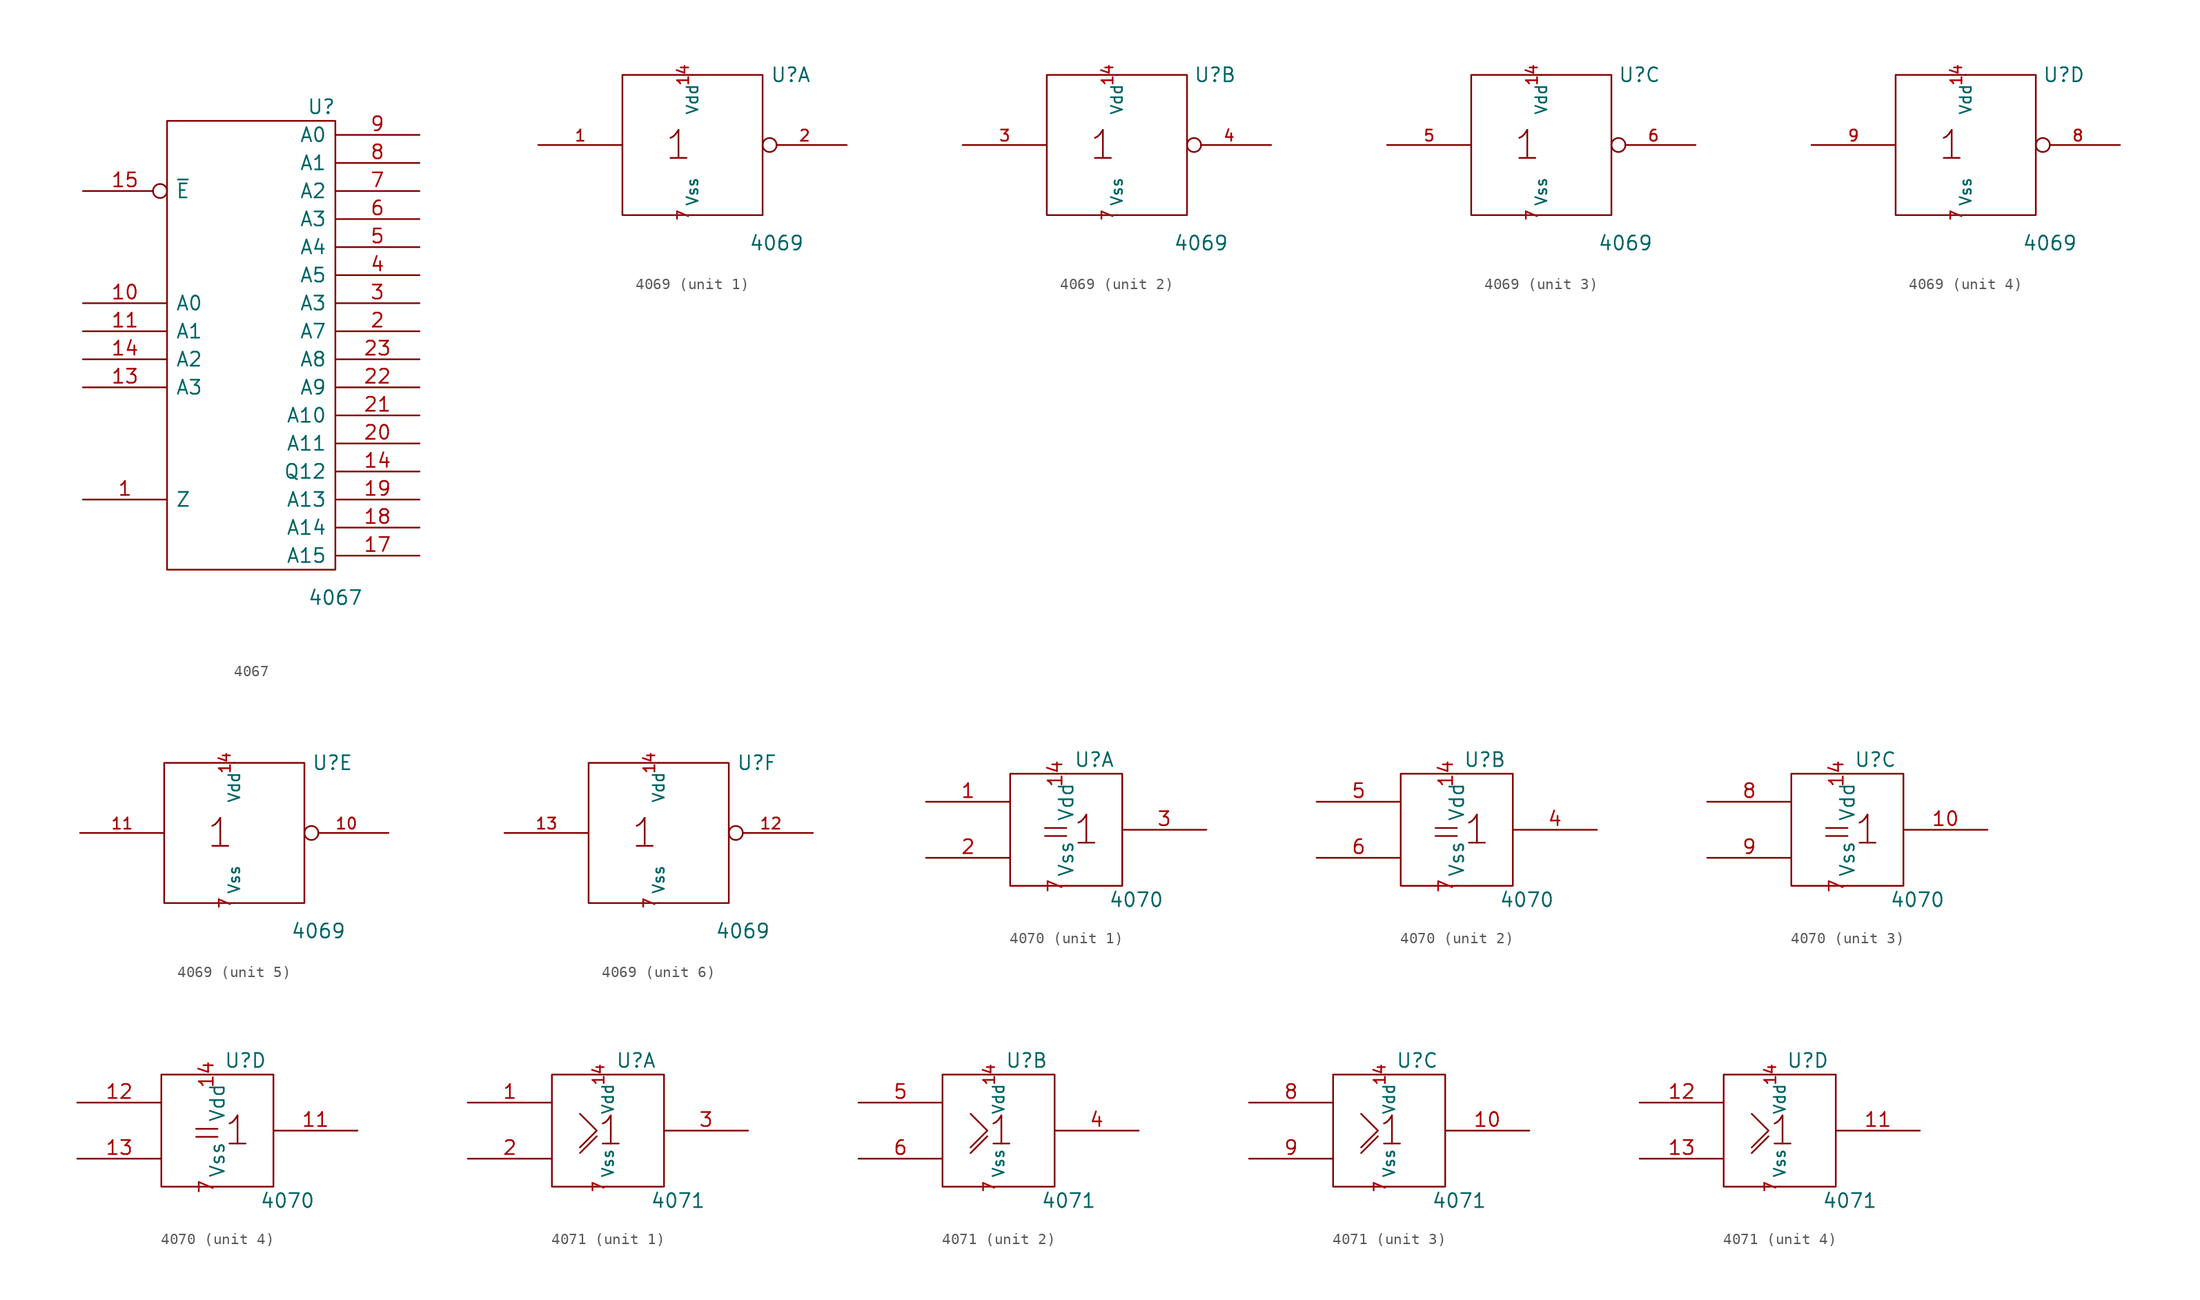
<source format=kicad_sym>
(kicad_symbol_lib
  (version 20201005)
  (generator kicad_symbol_editor)
  (symbol "4xxx_IEEE:4067"
    (pin_names
      (offset 0.762))
    (property "Reference" "U"
      (at 6.35 21.59 0)
      (effects (font (size 1.27 1.27))))
    (property "Value" "4067"
      (at 7.62 -22.86 0)
      (effects (font (size 1.27 1.27))))
    (symbol "4067_0_1"
      (rectangle (start 7.62 20.32) (end -7.62 -20.32) (stroke (width 0)) (fill (type none))))
    (symbol "4067_1_1"
      (pin input line (at -15.24 -13.97 0) (length 7.62) (name "Z" (effects (font (size 1.27 1.27)))) (number "1" (effects (font (size 1.27 1.27)))))
      (pin input line (at -15.24 3.81 0) (length 7.62) (name "A0" (effects (font (size 1.27 1.27)))) (number "10" (effects (font (size 1.27 1.27)))))
      (pin input line (at -15.24 1.27 0) (length 7.62) (name "A1" (effects (font (size 1.27 1.27)))) (number "11" (effects (font (size 1.27 1.27)))))
      (pin power_in line (at 0 -20.32 90) (length 0) hide (name "Vss" (effects (font (size 1.27 1.27)))) (number "12" (effects (font (size 1.27 1.27)))))
      (pin input line (at -15.24 -3.81 0) (length 7.62) (name "A3" (effects (font (size 1.27 1.27)))) (number "13" (effects (font (size 1.27 1.27)))))
      (pin input line (at -15.24 -1.27 0) (length 7.62) (name "A2" (effects (font (size 1.27 1.27)))) (number "14" (effects (font (size 1.27 1.27)))))
      (pin output line (at 15.24 -11.43 180) (length 7.62) (name "Q12" (effects (font (size 1.27 1.27)))) (number "14" (effects (font (size 1.27 1.27)))))
      (pin input inverted (at -15.24 13.97 0) (length 7.62) (name "~E" (effects (font (size 1.27 1.27)))) (number "15" (effects (font (size 1.27 1.27)))))
      (pin output line (at 15.24 -19.05 180) (length 7.62) (name "A15" (effects (font (size 1.27 1.27)))) (number "17" (effects (font (size 1.27 1.27)))))
      (pin output line (at 15.24 -16.51 180) (length 7.62) (name "A14" (effects (font (size 1.27 1.27)))) (number "18" (effects (font (size 1.27 1.27)))))
      (pin output line (at 15.24 -13.97 180) (length 7.62) (name "A13" (effects (font (size 1.27 1.27)))) (number "19" (effects (font (size 1.27 1.27)))))
      (pin output line (at 15.24 1.27 180) (length 7.62) (name "A7" (effects (font (size 1.27 1.27)))) (number "2" (effects (font (size 1.27 1.27)))))
      (pin output line (at 15.24 -8.89 180) (length 7.62) (name "A11" (effects (font (size 1.27 1.27)))) (number "20" (effects (font (size 1.27 1.27)))))
      (pin output line (at 15.24 -6.35 180) (length 7.62) (name "A10" (effects (font (size 1.27 1.27)))) (number "21" (effects (font (size 1.27 1.27)))))
      (pin output line (at 15.24 -3.81 180) (length 7.62) (name "A9" (effects (font (size 1.27 1.27)))) (number "22" (effects (font (size 1.27 1.27)))))
      (pin output line (at 15.24 -1.27 180) (length 7.62) (name "A8" (effects (font (size 1.27 1.27)))) (number "23" (effects (font (size 1.27 1.27)))))
      (pin power_in line (at 0 20.32 270) (length 0) hide (name "Vdd" (effects (font (size 1.27 1.27)))) (number "24" (effects (font (size 1.27 1.27)))))
      (pin output line (at 15.24 3.81 180) (length 7.62) (name "A3" (effects (font (size 1.27 1.27)))) (number "3" (effects (font (size 1.27 1.27)))))
      (pin output line (at 15.24 6.35 180) (length 7.62) (name "A5" (effects (font (size 1.27 1.27)))) (number "4" (effects (font (size 1.27 1.27)))))
      (pin output line (at 15.24 8.89 180) (length 7.62) (name "A4" (effects (font (size 1.27 1.27)))) (number "5" (effects (font (size 1.27 1.27)))))
      (pin output line (at 15.24 11.43 180) (length 7.62) (name "A3" (effects (font (size 1.27 1.27)))) (number "6" (effects (font (size 1.27 1.27)))))
      (pin output line (at 15.24 13.97 180) (length 7.62) (name "A2" (effects (font (size 1.27 1.27)))) (number "7" (effects (font (size 1.27 1.27)))))
      (pin output line (at 15.24 16.51 180) (length 7.62) (name "A1" (effects (font (size 1.27 1.27)))) (number "8" (effects (font (size 1.27 1.27)))))
      (pin output line (at 15.24 19.05 180) (length 7.62) (name "A0" (effects (font (size 1.27 1.27)))) (number "9" (effects (font (size 1.27 1.27)))))))
  (symbol "4xxx_IEEE:4069"
    (pin_names
      (offset 0.762))
    (property "Reference" "U"
      (at 8.89 6.35 0)
      (effects (font (size 1.27 1.27))))
    (property "Value" "4069"
      (at 7.62 -8.89 0)
      (effects (font (size 1.27 1.27))))
    (symbol "4069_0_0"
      (text "1" (at -1.27 0 0) (effects (font (size 2.54 2.54))))
      (pin power_in line (at 0 6.35 270) (length 0) (name "Vdd" (effects (font (size 1.016 1.016)))) (number "14" (effects (font (size 1.016 1.016)))))
      (pin power_in line (at 0 -6.35 90) (length 0) (name "Vss" (effects (font (size 1.016 1.016)))) (number "7" (effects (font (size 1.016 1.016))))))
    (symbol "4069_0_1"
      (rectangle (start -6.35 6.35) (end 6.35 -6.35) (stroke (width 0)) (fill (type none))))
    (symbol "4069_1_1"
      (pin input line (at -13.97 0 0) (length 7.62) (name "~" (effects (font (size 1.016 1.016)))) (number "1" (effects (font (size 1.016 1.016)))))
      (pin output inverted (at 13.97 0 180) (length 7.62) (name "~" (effects (font (size 1.016 1.016)))) (number "2" (effects (font (size 1.016 1.016))))))
    (symbol "4069_2_1"
      (pin input line (at -13.97 0 0) (length 7.62) (name "~" (effects (font (size 1.016 1.016)))) (number "3" (effects (font (size 1.016 1.016)))))
      (pin output inverted (at 13.97 0 180) (length 7.62) (name "~" (effects (font (size 1.016 1.016)))) (number "4" (effects (font (size 1.016 1.016))))))
    (symbol "4069_3_1"
      (pin input line (at -13.97 0 0) (length 7.62) (name "~" (effects (font (size 1.016 1.016)))) (number "5" (effects (font (size 1.016 1.016)))))
      (pin output inverted (at 13.97 0 180) (length 7.62) (name "~" (effects (font (size 1.016 1.016)))) (number "6" (effects (font (size 1.016 1.016))))))
    (symbol "4069_4_1"
      (pin output inverted (at 13.97 0 180) (length 7.62) (name "~" (effects (font (size 1.016 1.016)))) (number "8" (effects (font (size 1.016 1.016)))))
      (pin input line (at -13.97 0 0) (length 7.62) (name "~" (effects (font (size 1.016 1.016)))) (number "9" (effects (font (size 1.016 1.016))))))
    (symbol "4069_5_1"
      (pin output inverted (at 13.97 0 180) (length 7.62) (name "~" (effects (font (size 1.016 1.016)))) (number "10" (effects (font (size 1.016 1.016)))))
      (pin input line (at -13.97 0 0) (length 7.62) (name "~" (effects (font (size 1.016 1.016)))) (number "11" (effects (font (size 1.016 1.016))))))
    (symbol "4069_6_1"
      (pin output inverted (at 13.97 0 180) (length 7.62) (name "~" (effects (font (size 1.016 1.016)))) (number "12" (effects (font (size 1.016 1.016)))))
      (pin input line (at -13.97 0 0) (length 7.62) (name "~" (effects (font (size 1.016 1.016)))) (number "13" (effects (font (size 1.016 1.016)))))))
  (symbol "4xxx_IEEE:4070"
    (pin_names
      (offset 0.762))
    (property "Reference" "U"
      (at 2.54 6.35 0)
      (effects (font (size 1.27 1.27))))
    (property "Value" "4070"
      (at 6.35 -6.35 0)
      (effects (font (size 1.27 1.27))))
    (symbol "4070_0_0"
      (text "=1" (at 0.254 0 0) (effects (font (size 2.54 2.54))))
      (rectangle (start -5.08 5.08) (end 5.08 -5.08) (stroke (width 0)) (fill (type none)))
      (pin power_in line (at 0 5.08 270) (length 0) (name "Vdd" (effects (font (size 1.27 1.27)))) (number "14" (effects (font (size 1.27 1.27)))))
      (pin power_in line (at 0 -5.08 90) (length 0) (name "Vss" (effects (font (size 1.27 1.27)))) (number "7" (effects (font (size 1.27 1.27))))))
    (symbol "4070_1_1"
      (pin input line (at -12.7 2.54 0) (length 7.62) (name "~" (effects (font (size 1.27 1.27)))) (number "1" (effects (font (size 1.27 1.27)))))
      (pin input line (at -12.7 -2.54 0) (length 7.62) (name "~" (effects (font (size 1.27 1.27)))) (number "2" (effects (font (size 1.27 1.27)))))
      (pin output line (at 12.7 0 180) (length 7.62) (name "~" (effects (font (size 1.27 1.27)))) (number "3" (effects (font (size 1.27 1.27))))))
    (symbol "4070_2_1"
      (pin output line (at 12.7 0 180) (length 7.62) (name "~" (effects (font (size 1.27 1.27)))) (number "4" (effects (font (size 1.27 1.27)))))
      (pin input line (at -12.7 2.54 0) (length 7.62) (name "~" (effects (font (size 1.27 1.27)))) (number "5" (effects (font (size 1.27 1.27)))))
      (pin input line (at -12.7 -2.54 0) (length 7.62) (name "~" (effects (font (size 1.27 1.27)))) (number "6" (effects (font (size 1.27 1.27))))))
    (symbol "4070_3_1"
      (pin output line (at 12.7 0 180) (length 7.62) (name "~" (effects (font (size 1.27 1.27)))) (number "10" (effects (font (size 1.27 1.27)))))
      (pin input line (at -12.7 2.54 0) (length 7.62) (name "~" (effects (font (size 1.27 1.27)))) (number "8" (effects (font (size 1.27 1.27)))))
      (pin input line (at -12.7 -2.54 0) (length 7.62) (name "~" (effects (font (size 1.27 1.27)))) (number "9" (effects (font (size 1.27 1.27))))))
    (symbol "4070_4_1"
      (pin output line (at 12.7 0 180) (length 7.62) (name "~" (effects (font (size 1.27 1.27)))) (number "11" (effects (font (size 1.27 1.27)))))
      (pin input line (at -12.7 2.54 0) (length 7.62) (name "~" (effects (font (size 1.27 1.27)))) (number "12" (effects (font (size 1.27 1.27)))))
      (pin input line (at -12.7 -2.54 0) (length 7.62) (name "~" (effects (font (size 1.27 1.27)))) (number "13" (effects (font (size 1.27 1.27)))))))
  (symbol "4xxx_IEEE:4071"
    (pin_names
      (offset 0.762))
    (property "Reference" "U"
      (at 2.54 6.35 0)
      (effects (font (size 1.27 1.27))))
    (property "Value" "4071"
      (at 6.35 -6.35 0)
      (effects (font (size 1.27 1.27))))
    (symbol "4071_0_0"
      (text "1" (at 0.254 0 0) (effects (font (size 2.54 2.54))))
      (rectangle (start -5.08 5.08) (end 5.08 -5.08) (stroke (width 0)) (fill (type none)))
      (polyline (pts (xy -2.54 -2.032) (xy -1.016 -0.508) (xy -1.016 -0.508)) (stroke (width 0)) (fill (type none)))
      (polyline (pts (xy -2.54 1.524) (xy -1.016 0) (xy -2.54 -1.524) (xy -2.54 -1.524)) (stroke (width 0)) (fill (type none)))
      (pin power_in line (at 0 5.08 270) (length 0) (name "Vdd" (effects (font (size 1.016 1.016)))) (number "14" (effects (font (size 1.016 1.016)))))
      (pin power_in line (at 0 -5.08 90) (length 0) (name "Vss" (effects (font (size 1.016 1.016)))) (number "7" (effects (font (size 1.016 1.016))))))
    (symbol "4071_1_1"
      (pin input line (at -12.7 2.54 0) (length 7.62) (name "~" (effects (font (size 1.27 1.27)))) (number "1" (effects (font (size 1.27 1.27)))))
      (pin input line (at -12.7 -2.54 0) (length 7.62) (name "~" (effects (font (size 1.27 1.27)))) (number "2" (effects (font (size 1.27 1.27)))))
      (pin output line (at 12.7 0 180) (length 7.62) (name "~" (effects (font (size 1.27 1.27)))) (number "3" (effects (font (size 1.27 1.27))))))
    (symbol "4071_2_1"
      (pin output line (at 12.7 0 180) (length 7.62) (name "~" (effects (font (size 1.27 1.27)))) (number "4" (effects (font (size 1.27 1.27)))))
      (pin input line (at -12.7 2.54 0) (length 7.62) (name "~" (effects (font (size 1.27 1.27)))) (number "5" (effects (font (size 1.27 1.27)))))
      (pin input line (at -12.7 -2.54 0) (length 7.62) (name "~" (effects (font (size 1.27 1.27)))) (number "6" (effects (font (size 1.27 1.27))))))
    (symbol "4071_3_1"
      (pin output line (at 12.7 0 180) (length 7.62) (name "~" (effects (font (size 1.27 1.27)))) (number "10" (effects (font (size 1.27 1.27)))))
      (pin input line (at -12.7 2.54 0) (length 7.62) (name "~" (effects (font (size 1.27 1.27)))) (number "8" (effects (font (size 1.27 1.27)))))
      (pin input line (at -12.7 -2.54 0) (length 7.62) (name "~" (effects (font (size 1.27 1.27)))) (number "9" (effects (font (size 1.27 1.27))))))
    (symbol "4071_4_1"
      (pin output line (at 12.7 0 180) (length 7.62) (name "~" (effects (font (size 1.27 1.27)))) (number "11" (effects (font (size 1.27 1.27)))))
      (pin input line (at -12.7 2.54 0) (length 7.62) (name "~" (effects (font (size 1.27 1.27)))) (number "12" (effects (font (size 1.27 1.27)))))
      (pin input line (at -12.7 -2.54 0) (length 7.62) (name "~" (effects (font (size 1.27 1.27)))) (number "13" (effects (font (size 1.27 1.27))))))))
</source>
